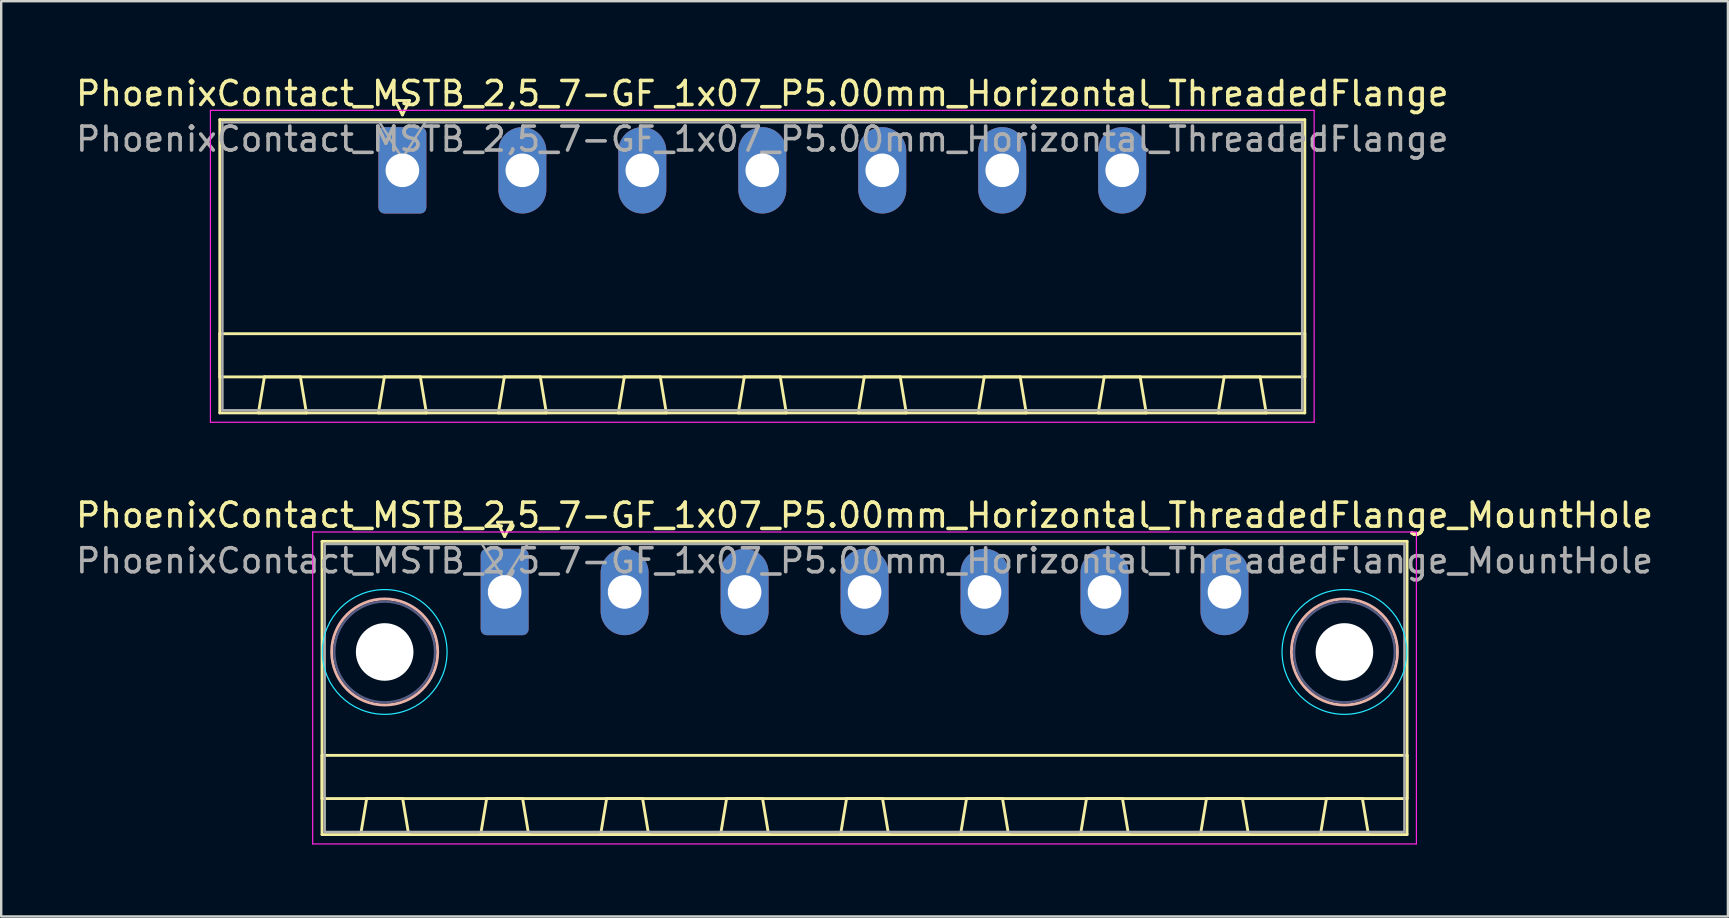
<source format=kicad_pcb>
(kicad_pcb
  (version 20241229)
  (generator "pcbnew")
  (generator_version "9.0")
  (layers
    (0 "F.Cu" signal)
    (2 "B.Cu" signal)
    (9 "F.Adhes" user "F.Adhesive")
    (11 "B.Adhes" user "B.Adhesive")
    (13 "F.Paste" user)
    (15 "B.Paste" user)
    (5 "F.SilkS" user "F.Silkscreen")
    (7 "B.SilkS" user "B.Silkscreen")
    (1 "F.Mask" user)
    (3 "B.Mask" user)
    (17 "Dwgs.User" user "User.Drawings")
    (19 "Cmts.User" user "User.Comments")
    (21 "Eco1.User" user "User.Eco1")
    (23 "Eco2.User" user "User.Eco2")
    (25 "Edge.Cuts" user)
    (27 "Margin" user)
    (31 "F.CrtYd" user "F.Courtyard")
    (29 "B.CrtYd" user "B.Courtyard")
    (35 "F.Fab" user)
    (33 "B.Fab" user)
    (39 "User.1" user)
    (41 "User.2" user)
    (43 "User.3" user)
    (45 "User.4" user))
  (footprint "PhoenixContact_MSTB_2,5_7-GF_1x07_P5.00mm_Horizontal_ThreadedFlange"
    (layer "F.Cu")
    (at 13.72 4.048)
    (property "Reference" "PhoenixContact_MSTB_2,5_7-GF_1x07_P5.00mm_Horizontal_ThreadedFlange" (at 15 -3.2 0) (layer "F.SilkS") (effects (font (size 1 1) (thickness 0.15))))
    (attr through_hole)
    (fp_line (start -7.61 -2.11) (end -7.61 10.11) (stroke (width 0.12) (type solid)) (layer "F.SilkS"))
    (fp_line (start -7.61 6.81) (end 37.61 6.81) (stroke (width 0.12) (type solid)) (layer "F.SilkS"))
    (fp_line (start -7.61 8.61) (end -7.61 6.81) (stroke (width 0.12) (type solid)) (layer "F.SilkS"))
    (fp_line (start -7.61 10.11) (end 37.61 10.11) (stroke (width 0.12) (type solid)) (layer "F.SilkS"))
    (fp_line (start -6 10.11) (end -4 10.11) (stroke (width 0.12) (type solid)) (layer "F.SilkS"))
    (fp_line (start -5.75 8.61) (end -6 10.11) (stroke (width 0.12) (type solid)) (layer "F.SilkS"))
    (fp_line (start -4.25 8.61) (end -5.75 8.61) (stroke (width 0.12) (type solid)) (layer "F.SilkS"))
    (fp_line (start -4 10.11) (end -4.25 8.61) (stroke (width 0.12) (type solid)) (layer "F.SilkS"))
    (fp_line (start -1 10.11) (end 1 10.11) (stroke (width 0.12) (type solid)) (layer "F.SilkS"))
    (fp_line (start -0.75 8.61) (end -1 10.11) (stroke (width 0.12) (type solid)) (layer "F.SilkS"))
    (fp_line (start -0.3 -2.91) (end 0.3 -2.91) (stroke (width 0.12) (type solid)) (layer "F.SilkS"))
    (fp_line (start 0 -2.31) (end -0.3 -2.91) (stroke (width 0.12) (type solid)) (layer "F.SilkS"))
    (fp_line (start 0.3 -2.91) (end 0 -2.31) (stroke (width 0.12) (type solid)) (layer "F.SilkS"))
    (fp_line (start 0.75 8.61) (end -0.75 8.61) (stroke (width 0.12) (type solid)) (layer "F.SilkS"))
    (fp_line (start 1 10.11) (end 0.75 8.61) (stroke (width 0.12) (type solid)) (layer "F.SilkS"))
    (fp_line (start 4 10.11) (end 6 10.11) (stroke (width 0.12) (type solid)) (layer "F.SilkS"))
    (fp_line (start 4.25 8.61) (end 4 10.11) (stroke (width 0.12) (type solid)) (layer "F.SilkS"))
    (fp_line (start 5.75 8.61) (end 4.25 8.61) (stroke (width 0.12) (type solid)) (layer "F.SilkS"))
    (fp_line (start 6 10.11) (end 5.75 8.61) (stroke (width 0.12) (type solid)) (layer "F.SilkS"))
    (fp_line (start 9 10.11) (end 11 10.11) (stroke (width 0.12) (type solid)) (layer "F.SilkS"))
    (fp_line (start 9.25 8.61) (end 9 10.11) (stroke (width 0.12) (type solid)) (layer "F.SilkS"))
    (fp_line (start 10.75 8.61) (end 9.25 8.61) (stroke (width 0.12) (type solid)) (layer "F.SilkS"))
    (fp_line (start 11 10.11) (end 10.75 8.61) (stroke (width 0.12) (type solid)) (layer "F.SilkS"))
    (fp_line (start 14 10.11) (end 16 10.11) (stroke (width 0.12) (type solid)) (layer "F.SilkS"))
    (fp_line (start 14.25 8.61) (end 14 10.11) (stroke (width 0.12) (type solid)) (layer "F.SilkS"))
    (fp_line (start 15.75 8.61) (end 14.25 8.61) (stroke (width 0.12) (type solid)) (layer "F.SilkS"))
    (fp_line (start 16 10.11) (end 15.75 8.61) (stroke (width 0.12) (type solid)) (layer "F.SilkS"))
    (fp_line (start 19 10.11) (end 21 10.11) (stroke (width 0.12) (type solid)) (layer "F.SilkS"))
    (fp_line (start 19.25 8.61) (end 19 10.11) (stroke (width 0.12) (type solid)) (layer "F.SilkS"))
    (fp_line (start 20.75 8.61) (end 19.25 8.61) (stroke (width 0.12) (type solid)) (layer "F.SilkS"))
    (fp_line (start 21 10.11) (end 20.75 8.61) (stroke (width 0.12) (type solid)) (layer "F.SilkS"))
    (fp_line (start 24 10.11) (end 26 10.11) (stroke (width 0.12) (type solid)) (layer "F.SilkS"))
    (fp_line (start 24.25 8.61) (end 24 10.11) (stroke (width 0.12) (type solid)) (layer "F.SilkS"))
    (fp_line (start 25.75 8.61) (end 24.25 8.61) (stroke (width 0.12) (type solid)) (layer "F.SilkS"))
    (fp_line (start 26 10.11) (end 25.75 8.61) (stroke (width 0.12) (type solid)) (layer "F.SilkS"))
    (fp_line (start 29 10.11) (end 31 10.11) (stroke (width 0.12) (type solid)) (layer "F.SilkS"))
    (fp_line (start 29.25 8.61) (end 29 10.11) (stroke (width 0.12) (type solid)) (layer "F.SilkS"))
    (fp_line (start 30.75 8.61) (end 29.25 8.61) (stroke (width 0.12) (type solid)) (layer "F.SilkS"))
    (fp_line (start 31 10.11) (end 30.75 8.61) (stroke (width 0.12) (type solid)) (layer "F.SilkS"))
    (fp_line (start 34 10.11) (end 36 10.11) (stroke (width 0.12) (type solid)) (layer "F.SilkS"))
    (fp_line (start 34.25 8.61) (end 34 10.11) (stroke (width 0.12) (type solid)) (layer "F.SilkS"))
    (fp_line (start 35.75 8.61) (end 34.25 8.61) (stroke (width 0.12) (type solid)) (layer "F.SilkS"))
    (fp_line (start 36 10.11) (end 35.75 8.61) (stroke (width 0.12) (type solid)) (layer "F.SilkS"))
    (fp_line (start 37.61 -2.11) (end -7.61 -2.11) (stroke (width 0.12) (type solid)) (layer "F.SilkS"))
    (fp_line (start 37.61 6.81) (end 37.61 8.61) (stroke (width 0.12) (type solid)) (layer "F.SilkS"))
    (fp_line (start 37.61 8.61) (end -7.61 8.61) (stroke (width 0.12) (type solid)) (layer "F.SilkS"))
    (fp_line (start 37.61 10.11) (end 37.61 -2.11) (stroke (width 0.12) (type solid)) (layer "F.SilkS"))
    (fp_line (start -8 -2.5) (end -8 10.5) (stroke (width 0.05) (type solid)) (layer "F.CrtYd"))
    (fp_line (start -8 10.5) (end 38 10.5) (stroke (width 0.05) (type solid)) (layer "F.CrtYd"))
    (fp_line (start 38 -2.5) (end -8 -2.5) (stroke (width 0.05) (type solid)) (layer "F.CrtYd"))
    (fp_line (start 38 10.5) (end 38 -2.5) (stroke (width 0.05) (type solid)) (layer "F.CrtYd"))
    (fp_line (start -7.5 -2) (end -7.5 10) (stroke (width 0.1) (type solid)) (layer "F.Fab"))
    (fp_line (start -7.5 10) (end 37.5 10) (stroke (width 0.1) (type solid)) (layer "F.Fab"))
    (fp_line (start 0 -0.5) (end -0.95 -2) (stroke (width 0.1) (type solid)) (layer "F.Fab"))
    (fp_line (start 0.95 -2) (end 0 -0.5) (stroke (width 0.1) (type solid)) (layer "F.Fab"))
    (fp_line (start 37.5 -2) (end -7.5 -2) (stroke (width 0.1) (type solid)) (layer "F.Fab"))
    (fp_line (start 37.5 10) (end 37.5 -2) (stroke (width 0.1) (type solid)) (layer "F.Fab"))
    (fp_text user "${REFERENCE}" (at 15 -1.3 0) (layer "F.Fab") (effects (font (size 1 1) (thickness 0.15))))
    (pad "1" thru_hole roundrect (at 0 0) (size 2 3.6) (drill 1.4) (layers "*.Cu" "*.Mask") (roundrect_rratio 0.125))
    (pad "2" thru_hole oval (at 5 0) (size 2 3.6) (drill 1.4) (layers "*.Cu" "*.Mask"))
    (pad "3" thru_hole oval (at 10 0) (size 2 3.6) (drill 1.4) (layers "*.Cu" "*.Mask"))
    (pad "4" thru_hole oval (at 15 0) (size 2 3.6) (drill 1.4) (layers "*.Cu" "*.Mask"))
    (pad "5" thru_hole oval (at 20 0) (size 2 3.6) (drill 1.4) (layers "*.Cu" "*.Mask"))
    (pad "6" thru_hole oval (at 25 0) (size 2 3.6) (drill 1.4) (layers "*.Cu" "*.Mask"))
    (pad "7" thru_hole oval (at 30 0) (size 2 3.6) (drill 1.4) (layers "*.Cu" "*.Mask")))
  (footprint "PhoenixContact_MSTB_2,5_7-GF_1x07_P5.00mm_Horizontal_ThreadedFlange_MountHole"
    (layer "F.Cu")
    (at 17.982 21.622)
    (property "Reference" "PhoenixContact_MSTB_2,5_7-GF_1x07_P5.00mm_Horizontal_ThreadedFlange_MountHole" (at 15 -3.2 0) (layer "F.SilkS") (effects (font (size 1 1) (thickness 0.15))))
    (attr through_hole)
    (fp_line (start -7.61 -2.11) (end -7.61 10.11) (stroke (width 0.12) (type solid)) (layer "F.SilkS"))
    (fp_line (start -7.61 6.81) (end 37.61 6.81) (stroke (width 0.12) (type solid)) (layer "F.SilkS"))
    (fp_line (start -7.61 8.61) (end -7.61 6.81) (stroke (width 0.12) (type solid)) (layer "F.SilkS"))
    (fp_line (start -7.61 10.11) (end 37.61 10.11) (stroke (width 0.12) (type solid)) (layer "F.SilkS"))
    (fp_line (start -6 10.11) (end -4 10.11) (stroke (width 0.12) (type solid)) (layer "F.SilkS"))
    (fp_line (start -5.75 8.61) (end -6 10.11) (stroke (width 0.12) (type solid)) (layer "F.SilkS"))
    (fp_line (start -4.25 8.61) (end -5.75 8.61) (stroke (width 0.12) (type solid)) (layer "F.SilkS"))
    (fp_line (start -4 10.11) (end -4.25 8.61) (stroke (width 0.12) (type solid)) (layer "F.SilkS"))
    (fp_line (start -1 10.11) (end 1 10.11) (stroke (width 0.12) (type solid)) (layer "F.SilkS"))
    (fp_line (start -0.75 8.61) (end -1 10.11) (stroke (width 0.12) (type solid)) (layer "F.SilkS"))
    (fp_line (start -0.3 -2.91) (end 0.3 -2.91) (stroke (width 0.12) (type solid)) (layer "F.SilkS"))
    (fp_line (start 0 -2.31) (end -0.3 -2.91) (stroke (width 0.12) (type solid)) (layer "F.SilkS"))
    (fp_line (start 0.3 -2.91) (end 0 -2.31) (stroke (width 0.12) (type solid)) (layer "F.SilkS"))
    (fp_line (start 0.75 8.61) (end -0.75 8.61) (stroke (width 0.12) (type solid)) (layer "F.SilkS"))
    (fp_line (start 1 10.11) (end 0.75 8.61) (stroke (width 0.12) (type solid)) (layer "F.SilkS"))
    (fp_line (start 4 10.11) (end 6 10.11) (stroke (width 0.12) (type solid)) (layer "F.SilkS"))
    (fp_line (start 4.25 8.61) (end 4 10.11) (stroke (width 0.12) (type solid)) (layer "F.SilkS"))
    (fp_line (start 5.75 8.61) (end 4.25 8.61) (stroke (width 0.12) (type solid)) (layer "F.SilkS"))
    (fp_line (start 6 10.11) (end 5.75 8.61) (stroke (width 0.12) (type solid)) (layer "F.SilkS"))
    (fp_line (start 9 10.11) (end 11 10.11) (stroke (width 0.12) (type solid)) (layer "F.SilkS"))
    (fp_line (start 9.25 8.61) (end 9 10.11) (stroke (width 0.12) (type solid)) (layer "F.SilkS"))
    (fp_line (start 10.75 8.61) (end 9.25 8.61) (stroke (width 0.12) (type solid)) (layer "F.SilkS"))
    (fp_line (start 11 10.11) (end 10.75 8.61) (stroke (width 0.12) (type solid)) (layer "F.SilkS"))
    (fp_line (start 14 10.11) (end 16 10.11) (stroke (width 0.12) (type solid)) (layer "F.SilkS"))
    (fp_line (start 14.25 8.61) (end 14 10.11) (stroke (width 0.12) (type solid)) (layer "F.SilkS"))
    (fp_line (start 15.75 8.61) (end 14.25 8.61) (stroke (width 0.12) (type solid)) (layer "F.SilkS"))
    (fp_line (start 16 10.11) (end 15.75 8.61) (stroke (width 0.12) (type solid)) (layer "F.SilkS"))
    (fp_line (start 19 10.11) (end 21 10.11) (stroke (width 0.12) (type solid)) (layer "F.SilkS"))
    (fp_line (start 19.25 8.61) (end 19 10.11) (stroke (width 0.12) (type solid)) (layer "F.SilkS"))
    (fp_line (start 20.75 8.61) (end 19.25 8.61) (stroke (width 0.12) (type solid)) (layer "F.SilkS"))
    (fp_line (start 21 10.11) (end 20.75 8.61) (stroke (width 0.12) (type solid)) (layer "F.SilkS"))
    (fp_line (start 24 10.11) (end 26 10.11) (stroke (width 0.12) (type solid)) (layer "F.SilkS"))
    (fp_line (start 24.25 8.61) (end 24 10.11) (stroke (width 0.12) (type solid)) (layer "F.SilkS"))
    (fp_line (start 25.75 8.61) (end 24.25 8.61) (stroke (width 0.12) (type solid)) (layer "F.SilkS"))
    (fp_line (start 26 10.11) (end 25.75 8.61) (stroke (width 0.12) (type solid)) (layer "F.SilkS"))
    (fp_line (start 29 10.11) (end 31 10.11) (stroke (width 0.12) (type solid)) (layer "F.SilkS"))
    (fp_line (start 29.25 8.61) (end 29 10.11) (stroke (width 0.12) (type solid)) (layer "F.SilkS"))
    (fp_line (start 30.75 8.61) (end 29.25 8.61) (stroke (width 0.12) (type solid)) (layer "F.SilkS"))
    (fp_line (start 31 10.11) (end 30.75 8.61) (stroke (width 0.12) (type solid)) (layer "F.SilkS"))
    (fp_line (start 34 10.11) (end 36 10.11) (stroke (width 0.12) (type solid)) (layer "F.SilkS"))
    (fp_line (start 34.25 8.61) (end 34 10.11) (stroke (width 0.12) (type solid)) (layer "F.SilkS"))
    (fp_line (start 35.75 8.61) (end 34.25 8.61) (stroke (width 0.12) (type solid)) (layer "F.SilkS"))
    (fp_line (start 36 10.11) (end 35.75 8.61) (stroke (width 0.12) (type solid)) (layer "F.SilkS"))
    (fp_line (start 37.61 -2.11) (end -7.61 -2.11) (stroke (width 0.12) (type solid)) (layer "F.SilkS"))
    (fp_line (start 37.61 6.81) (end 37.61 8.61) (stroke (width 0.12) (type solid)) (layer "F.SilkS"))
    (fp_line (start 37.61 8.61) (end -7.61 8.61) (stroke (width 0.12) (type solid)) (layer "F.SilkS"))
    (fp_line (start 37.61 10.11) (end 37.61 -2.11) (stroke (width 0.12) (type solid)) (layer "F.SilkS"))
    (fp_circle (center -5 2.5) (end -2.79 2.5) (stroke (width 0.12) (type solid)) (fill no) (layer "B.SilkS"))
    (fp_circle (center 35 2.5) (end 37.21 2.5) (stroke (width 0.12) (type solid)) (fill no) (layer "B.SilkS"))
    (fp_circle (center -5 2.5) (end -2.4 2.5) (stroke (width 0.05) (type solid)) (fill no) (layer "B.CrtYd"))
    (fp_circle (center 35 2.5) (end 37.6 2.5) (stroke (width 0.05) (type solid)) (fill no) (layer "B.CrtYd"))
    (fp_line (start -8 -2.5) (end -8 10.5) (stroke (width 0.05) (type solid)) (layer "F.CrtYd"))
    (fp_line (start -8 10.5) (end 38 10.5) (stroke (width 0.05) (type solid)) (layer "F.CrtYd"))
    (fp_line (start 38 -2.5) (end -8 -2.5) (stroke (width 0.05) (type solid)) (layer "F.CrtYd"))
    (fp_line (start 38 10.5) (end 38 -2.5) (stroke (width 0.05) (type solid)) (layer "F.CrtYd"))
    (fp_circle (center -5 2.5) (end -2.9 2.5) (stroke (width 0.1) (type solid)) (fill no) (layer "B.Fab"))
    (fp_circle (center 35 2.5) (end 37.1 2.5) (stroke (width 0.1) (type solid)) (fill no) (layer "B.Fab"))
    (fp_line (start -7.5 -2) (end -7.5 10) (stroke (width 0.1) (type solid)) (layer "F.Fab"))
    (fp_line (start -7.5 10) (end 37.5 10) (stroke (width 0.1) (type solid)) (layer "F.Fab"))
    (fp_line (start 0 -0.5) (end -0.95 -2) (stroke (width 0.1) (type solid)) (layer "F.Fab"))
    (fp_line (start 0.95 -2) (end 0 -0.5) (stroke (width 0.1) (type solid)) (layer "F.Fab"))
    (fp_line (start 37.5 -2) (end -7.5 -2) (stroke (width 0.1) (type solid)) (layer "F.Fab"))
    (fp_line (start 37.5 10) (end 37.5 -2) (stroke (width 0.1) (type solid)) (layer "F.Fab"))
    (fp_text user "${REFERENCE}" (at 15 -1.3 0) (layer "F.Fab") (effects (font (size 1 1) (thickness 0.15))))
    (pad "" np_thru_hole circle (at -5 2.5) (size 2.4 2.4) (drill 2.4) (layers "*.Cu" "*.Mask"))
    (pad "" np_thru_hole circle (at 35 2.5) (size 2.4 2.4) (drill 2.4) (layers "*.Cu" "*.Mask"))
    (pad "1" thru_hole roundrect (at 0 0) (size 2 3.6) (drill 1.4) (layers "*.Cu" "*.Mask") (roundrect_rratio 0.125))
    (pad "2" thru_hole oval (at 5 0) (size 2 3.6) (drill 1.4) (layers "*.Cu" "*.Mask"))
    (pad "3" thru_hole oval (at 10 0) (size 2 3.6) (drill 1.4) (layers "*.Cu" "*.Mask"))
    (pad "4" thru_hole oval (at 15 0) (size 2 3.6) (drill 1.4) (layers "*.Cu" "*.Mask"))
    (pad "5" thru_hole oval (at 20 0) (size 2 3.6) (drill 1.4) (layers "*.Cu" "*.Mask"))
    (pad "6" thru_hole oval (at 25 0) (size 2 3.6) (drill 1.4) (layers "*.Cu" "*.Mask"))
    (pad "7" thru_hole oval (at 30 0) (size 2 3.6) (drill 1.4) (layers "*.Cu" "*.Mask")))
  (gr_rect
    (start -3 -3)
    (end 68.964 35.147)
    (stroke (width 0.1) (type default))
    (fill no)
    (layer "Edge.Cuts")))
</source>
